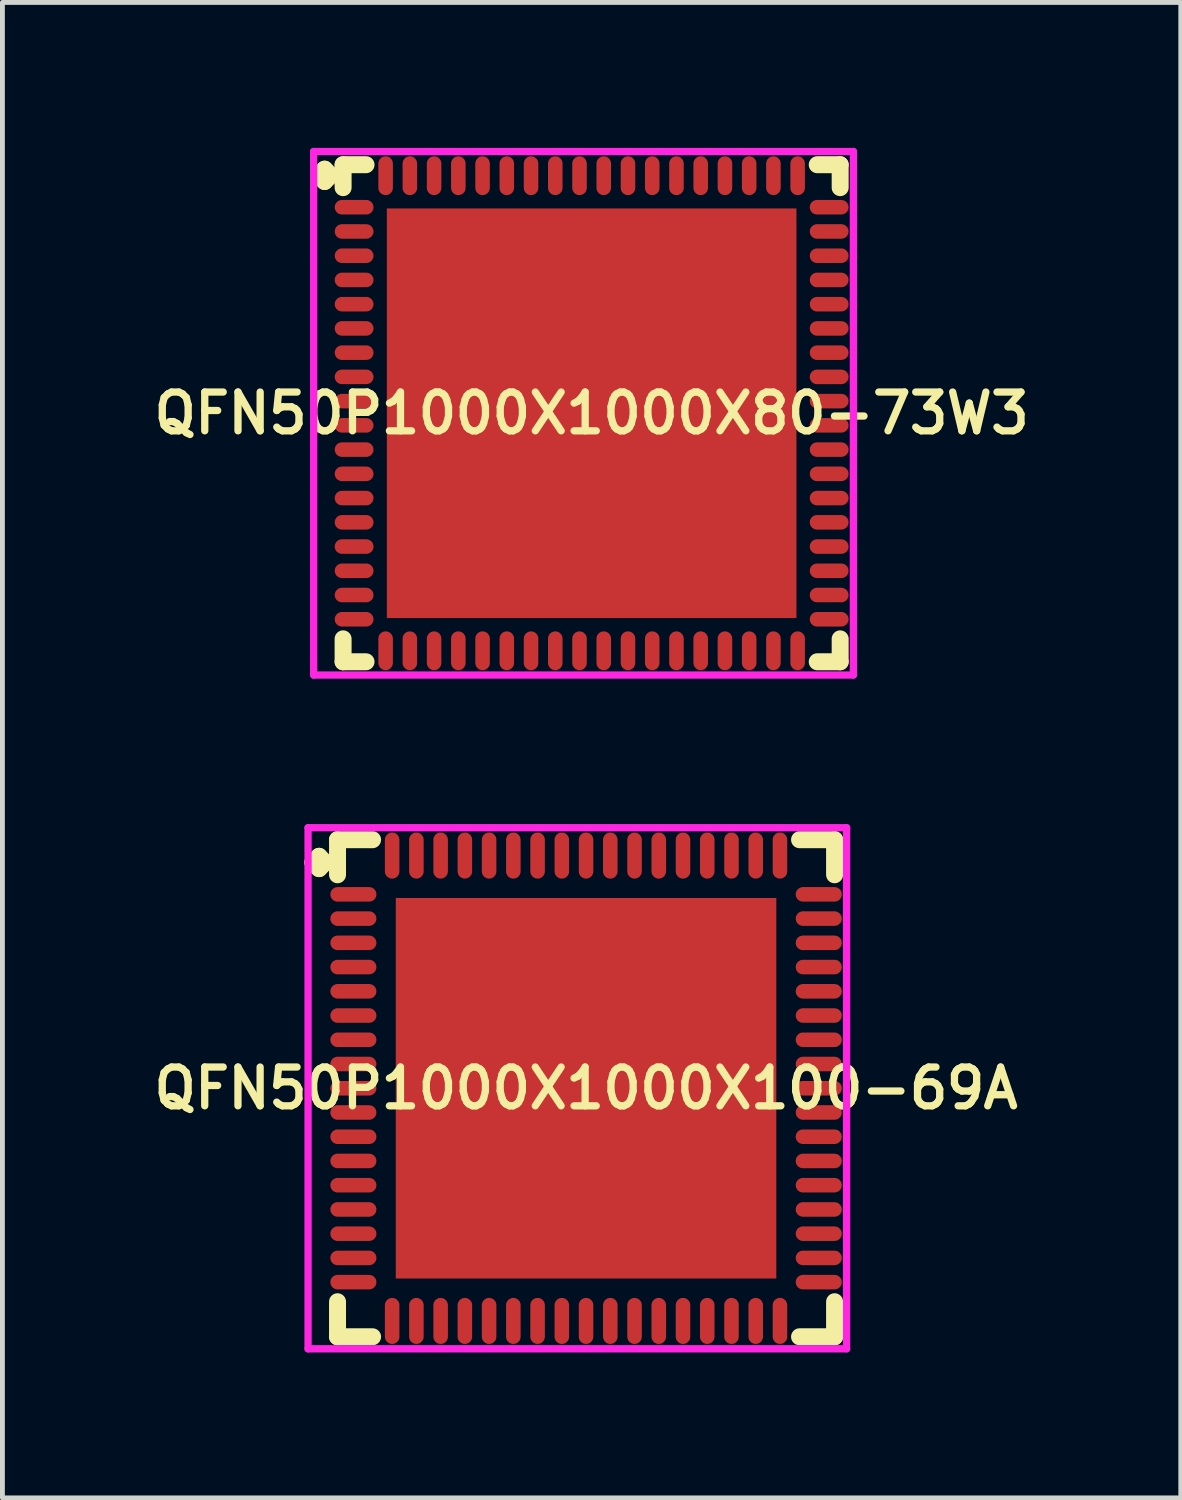
<source format=kicad_pcb>
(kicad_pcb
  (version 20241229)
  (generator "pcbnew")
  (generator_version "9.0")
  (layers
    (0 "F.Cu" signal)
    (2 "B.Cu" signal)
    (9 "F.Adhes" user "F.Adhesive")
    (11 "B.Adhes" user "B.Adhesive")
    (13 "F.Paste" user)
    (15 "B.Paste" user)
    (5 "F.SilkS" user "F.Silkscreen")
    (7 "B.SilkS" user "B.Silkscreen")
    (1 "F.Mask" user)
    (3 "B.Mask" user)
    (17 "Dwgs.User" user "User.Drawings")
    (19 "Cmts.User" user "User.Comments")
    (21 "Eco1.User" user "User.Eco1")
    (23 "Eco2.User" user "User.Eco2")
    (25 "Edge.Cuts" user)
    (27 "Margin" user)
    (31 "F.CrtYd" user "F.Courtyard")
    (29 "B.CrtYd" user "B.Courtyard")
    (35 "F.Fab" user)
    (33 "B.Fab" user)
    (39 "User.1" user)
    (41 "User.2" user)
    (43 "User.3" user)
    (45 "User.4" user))
  (footprint "QFN50P1000X1000X80-73W3"
    (layer "F.Cu")
    (at 9.155 5.475)
    (property "Reference" "QFN50P1000X1000X80-73W3" (at 0 0 0) (layer "F.SilkS") (effects (font (size 0.8 0.8) (thickness 0.15))))
    (attr smd)
    (fp_line (start -5.635 -4.908) (end -5.508 -5.035) (stroke (width 0.35) (type solid)) (layer "F.SilkS"))
    (fp_line (start -5.508 -5.035) (end -5.381 -4.908) (stroke (width 0.35) (type solid)) (layer "F.SilkS"))
    (fp_line (start -5.508 -4.781) (end -5.635 -4.908) (stroke (width 0.35) (type solid)) (layer "F.SilkS"))
    (fp_line (start -5.381 -4.908) (end -5.508 -4.781) (stroke (width 0.35) (type solid)) (layer "F.SilkS"))
    (fp_line (start -5.127 -5.127) (end -4.654 -5.127) (stroke (width 0.35) (type solid)) (layer "F.SilkS"))
    (fp_line (start -5.127 -4.654) (end -5.127 -5.127) (stroke (width 0.35) (type solid)) (layer "F.SilkS"))
    (fp_line (start -5.127 4.654) (end -5.127 5.127) (stroke (width 0.35) (type solid)) (layer "F.SilkS"))
    (fp_line (start -5.127 5.127) (end -4.654 5.127) (stroke (width 0.35) (type solid)) (layer "F.SilkS"))
    (fp_line (start 4.654 -5.127) (end 5.127 -5.127) (stroke (width 0.35) (type solid)) (layer "F.SilkS"))
    (fp_line (start 4.654 5.127) (end 5.127 5.127) (stroke (width 0.35) (type solid)) (layer "F.SilkS"))
    (fp_line (start 5.127 -5.127) (end 5.127 -4.654) (stroke (width 0.35) (type solid)) (layer "F.SilkS"))
    (fp_line (start 5.127 5.127) (end 5.127 4.654) (stroke (width 0.35) (type solid)) (layer "F.SilkS"))
    (fp_line (start -5.735 -5.4) (end 5.4 -5.4) (stroke (width 0.15) (type solid)) (layer "F.CrtYd"))
    (fp_line (start -5.735 5.4) (end -5.735 -5.4) (stroke (width 0.15) (type solid)) (layer "F.CrtYd"))
    (fp_line (start 5.4 -5.4) (end 5.4 5.4) (stroke (width 0.15) (type solid)) (layer "F.CrtYd"))
    (fp_line (start 5.4 5.4) (end -5.735 5.4) (stroke (width 0.15) (type solid)) (layer "F.CrtYd"))
    (pad "1" smd oval (at -4.9 -4.25) (size 0.8 0.3) (layers "F.Cu" "F.Mask" "F.Paste"))
    (pad "2" smd oval (at -4.9 -3.75) (size 0.8 0.3) (layers "F.Cu" "F.Mask" "F.Paste"))
    (pad "3" smd oval (at -4.9 -3.25) (size 0.8 0.3) (layers "F.Cu" "F.Mask" "F.Paste"))
    (pad "4" smd oval (at -4.9 -2.75) (size 0.8 0.3) (layers "F.Cu" "F.Mask" "F.Paste"))
    (pad "5" smd oval (at -4.9 -2.25) (size 0.8 0.3) (layers "F.Cu" "F.Mask" "F.Paste"))
    (pad "6" smd oval (at -4.9 -1.75) (size 0.8 0.3) (layers "F.Cu" "F.Mask" "F.Paste"))
    (pad "7" smd oval (at -4.9 -1.25) (size 0.8 0.3) (layers "F.Cu" "F.Mask" "F.Paste"))
    (pad "8" smd oval (at -4.9 -0.75) (size 0.8 0.3) (layers "F.Cu" "F.Mask" "F.Paste"))
    (pad "9" smd oval (at -4.9 -0.25) (size 0.8 0.3) (layers "F.Cu" "F.Mask" "F.Paste"))
    (pad "10" smd oval (at -4.9 0.25) (size 0.8 0.3) (layers "F.Cu" "F.Mask" "F.Paste"))
    (pad "11" smd oval (at -4.9 0.75) (size 0.8 0.3) (layers "F.Cu" "F.Mask" "F.Paste"))
    (pad "12" smd oval (at -4.9 1.25) (size 0.8 0.3) (layers "F.Cu" "F.Mask" "F.Paste"))
    (pad "13" smd oval (at -4.9 1.75) (size 0.8 0.3) (layers "F.Cu" "F.Mask" "F.Paste"))
    (pad "14" smd oval (at -4.9 2.25) (size 0.8 0.3) (layers "F.Cu" "F.Mask" "F.Paste"))
    (pad "15" smd oval (at -4.9 2.75) (size 0.8 0.3) (layers "F.Cu" "F.Mask" "F.Paste"))
    (pad "16" smd oval (at -4.9 3.25) (size 0.8 0.3) (layers "F.Cu" "F.Mask" "F.Paste"))
    (pad "17" smd oval (at -4.9 3.75) (size 0.8 0.3) (layers "F.Cu" "F.Mask" "F.Paste"))
    (pad "18" smd oval (at -4.9 4.25) (size 0.8 0.3) (layers "F.Cu" "F.Mask" "F.Paste"))
    (pad "19" smd oval (at -4.25 4.9) (size 0.3 0.8) (layers "F.Cu" "F.Mask" "F.Paste"))
    (pad "20" smd oval (at -3.75 4.9) (size 0.3 0.8) (layers "F.Cu" "F.Mask" "F.Paste"))
    (pad "21" smd oval (at -3.25 4.9) (size 0.3 0.8) (layers "F.Cu" "F.Mask" "F.Paste"))
    (pad "22" smd oval (at -2.75 4.9) (size 0.3 0.8) (layers "F.Cu" "F.Mask" "F.Paste"))
    (pad "23" smd oval (at -2.25 4.9) (size 0.3 0.8) (layers "F.Cu" "F.Mask" "F.Paste"))
    (pad "24" smd oval (at -1.75 4.9) (size 0.3 0.8) (layers "F.Cu" "F.Mask" "F.Paste"))
    (pad "25" smd oval (at -1.25 4.9) (size 0.3 0.8) (layers "F.Cu" "F.Mask" "F.Paste"))
    (pad "26" smd oval (at -0.75 4.9) (size 0.3 0.8) (layers "F.Cu" "F.Mask" "F.Paste"))
    (pad "27" smd oval (at -0.25 4.9) (size 0.3 0.8) (layers "F.Cu" "F.Mask" "F.Paste"))
    (pad "28" smd oval (at 0.25 4.9) (size 0.3 0.8) (layers "F.Cu" "F.Mask" "F.Paste"))
    (pad "29" smd oval (at 0.75 4.9) (size 0.3 0.8) (layers "F.Cu" "F.Mask" "F.Paste"))
    (pad "30" smd oval (at 1.25 4.9) (size 0.3 0.8) (layers "F.Cu" "F.Mask" "F.Paste"))
    (pad "31" smd oval (at 1.75 4.9) (size 0.3 0.8) (layers "F.Cu" "F.Mask" "F.Paste"))
    (pad "32" smd oval (at 2.25 4.9) (size 0.3 0.8) (layers "F.Cu" "F.Mask" "F.Paste"))
    (pad "33" smd oval (at 2.75 4.9) (size 0.3 0.8) (layers "F.Cu" "F.Mask" "F.Paste"))
    (pad "34" smd oval (at 3.25 4.9) (size 0.3 0.8) (layers "F.Cu" "F.Mask" "F.Paste"))
    (pad "35" smd oval (at 3.75 4.9) (size 0.3 0.8) (layers "F.Cu" "F.Mask" "F.Paste"))
    (pad "36" smd oval (at 4.25 4.9) (size 0.3 0.8) (layers "F.Cu" "F.Mask" "F.Paste"))
    (pad "37" smd oval (at 4.9 4.25) (size 0.8 0.3) (layers "F.Cu" "F.Mask" "F.Paste"))
    (pad "38" smd oval (at 4.9 3.75) (size 0.8 0.3) (layers "F.Cu" "F.Mask" "F.Paste"))
    (pad "39" smd oval (at 4.9 3.25) (size 0.8 0.3) (layers "F.Cu" "F.Mask" "F.Paste"))
    (pad "40" smd oval (at 4.9 2.75) (size 0.8 0.3) (layers "F.Cu" "F.Mask" "F.Paste"))
    (pad "41" smd oval (at 4.9 2.25) (size 0.8 0.3) (layers "F.Cu" "F.Mask" "F.Paste"))
    (pad "42" smd oval (at 4.9 1.75) (size 0.8 0.3) (layers "F.Cu" "F.Mask" "F.Paste"))
    (pad "43" smd oval (at 4.9 1.25) (size 0.8 0.3) (layers "F.Cu" "F.Mask" "F.Paste"))
    (pad "44" smd oval (at 4.9 0.75) (size 0.8 0.3) (layers "F.Cu" "F.Mask" "F.Paste"))
    (pad "45" smd oval (at 4.9 0.25) (size 0.8 0.3) (layers "F.Cu" "F.Mask" "F.Paste"))
    (pad "46" smd oval (at 4.9 -0.25) (size 0.8 0.3) (layers "F.Cu" "F.Mask" "F.Paste"))
    (pad "47" smd oval (at 4.9 -0.75) (size 0.8 0.3) (layers "F.Cu" "F.Mask" "F.Paste"))
    (pad "48" smd oval (at 4.9 -1.25) (size 0.8 0.3) (layers "F.Cu" "F.Mask" "F.Paste"))
    (pad "49" smd oval (at 4.9 -1.75) (size 0.8 0.3) (layers "F.Cu" "F.Mask" "F.Paste"))
    (pad "50" smd oval (at 4.9 -2.25) (size 0.8 0.3) (layers "F.Cu" "F.Mask" "F.Paste"))
    (pad "51" smd oval (at 4.9 -2.75) (size 0.8 0.3) (layers "F.Cu" "F.Mask" "F.Paste"))
    (pad "52" smd oval (at 4.9 -3.25) (size 0.8 0.3) (layers "F.Cu" "F.Mask" "F.Paste"))
    (pad "53" smd oval (at 4.9 -3.75) (size 0.8 0.3) (layers "F.Cu" "F.Mask" "F.Paste"))
    (pad "54" smd oval (at 4.9 -4.25) (size 0.8 0.3) (layers "F.Cu" "F.Mask" "F.Paste"))
    (pad "55" smd oval (at 4.25 -4.9) (size 0.3 0.8) (layers "F.Cu" "F.Mask" "F.Paste"))
    (pad "56" smd oval (at 3.75 -4.9) (size 0.3 0.8) (layers "F.Cu" "F.Mask" "F.Paste"))
    (pad "57" smd oval (at 3.25 -4.9) (size 0.3 0.8) (layers "F.Cu" "F.Mask" "F.Paste"))
    (pad "58" smd oval (at 2.75 -4.9) (size 0.3 0.8) (layers "F.Cu" "F.Mask" "F.Paste"))
    (pad "59" smd oval (at 2.25 -4.9) (size 0.3 0.8) (layers "F.Cu" "F.Mask" "F.Paste"))
    (pad "60" smd oval (at 1.75 -4.9) (size 0.3 0.8) (layers "F.Cu" "F.Mask" "F.Paste"))
    (pad "61" smd oval (at 1.25 -4.9) (size 0.3 0.8) (layers "F.Cu" "F.Mask" "F.Paste"))
    (pad "62" smd oval (at 0.75 -4.9) (size 0.3 0.8) (layers "F.Cu" "F.Mask" "F.Paste"))
    (pad "63" smd oval (at 0.25 -4.9) (size 0.3 0.8) (layers "F.Cu" "F.Mask" "F.Paste"))
    (pad "64" smd oval (at -0.25 -4.9) (size 0.3 0.8) (layers "F.Cu" "F.Mask" "F.Paste"))
    (pad "65" smd oval (at -0.75 -4.9) (size 0.3 0.8) (layers "F.Cu" "F.Mask" "F.Paste"))
    (pad "66" smd oval (at -1.25 -4.9) (size 0.3 0.8) (layers "F.Cu" "F.Mask" "F.Paste"))
    (pad "67" smd oval (at -1.75 -4.9) (size 0.3 0.8) (layers "F.Cu" "F.Mask" "F.Paste"))
    (pad "68" smd oval (at -2.25 -4.9) (size 0.3 0.8) (layers "F.Cu" "F.Mask" "F.Paste"))
    (pad "69" smd oval (at -2.75 -4.9) (size 0.3 0.8) (layers "F.Cu" "F.Mask" "F.Paste"))
    (pad "70" smd oval (at -3.25 -4.9) (size 0.3 0.8) (layers "F.Cu" "F.Mask" "F.Paste"))
    (pad "71" smd oval (at -3.75 -4.9) (size 0.3 0.8) (layers "F.Cu" "F.Mask" "F.Paste"))
    (pad "72" smd oval (at -4.25 -4.9) (size 0.3 0.8) (layers "F.Cu" "F.Mask" "F.Paste"))
    (pad "73" smd rect (at 0 0) (size 8.45 8.45) (layers "F.Cu" "F.Mask" "F.Paste")))
  (footprint "QFN50P1000X1000X100-69A"
    (layer "F.Cu")
    (at 9.04 19.4)
    (property "Reference" "QFN50P1000X1000X100-69A" (at 0 0 0) (layer "F.SilkS") (effects (font (size 0.8 0.8) (thickness 0.15))))
    (attr smd)
    (fp_line (start -5.635 -4.658) (end -5.508 -4.785) (stroke (width 0.35) (type solid)) (layer "F.SilkS"))
    (fp_line (start -5.508 -4.785) (end -5.381 -4.658) (stroke (width 0.35) (type solid)) (layer "F.SilkS"))
    (fp_line (start -5.508 -4.531) (end -5.635 -4.658) (stroke (width 0.35) (type solid)) (layer "F.SilkS"))
    (fp_line (start -5.381 -4.658) (end -5.508 -4.531) (stroke (width 0.35) (type solid)) (layer "F.SilkS"))
    (fp_line (start -5.127 -5.127) (end -4.404 -5.127) (stroke (width 0.35) (type solid)) (layer "F.SilkS"))
    (fp_line (start -5.127 -4.404) (end -5.127 -5.127) (stroke (width 0.35) (type solid)) (layer "F.SilkS"))
    (fp_line (start -5.127 4.404) (end -5.127 5.127) (stroke (width 0.35) (type solid)) (layer "F.SilkS"))
    (fp_line (start -5.127 5.127) (end -4.404 5.127) (stroke (width 0.35) (type solid)) (layer "F.SilkS"))
    (fp_line (start 4.404 -5.127) (end 5.127 -5.127) (stroke (width 0.35) (type solid)) (layer "F.SilkS"))
    (fp_line (start 4.404 5.127) (end 5.127 5.127) (stroke (width 0.35) (type solid)) (layer "F.SilkS"))
    (fp_line (start 5.127 -5.127) (end 5.127 -4.404) (stroke (width 0.35) (type solid)) (layer "F.SilkS"))
    (fp_line (start 5.127 5.127) (end 5.127 4.404) (stroke (width 0.35) (type solid)) (layer "F.SilkS"))
    (fp_line (start -5.735 -5.375) (end 5.375 -5.375) (stroke (width 0.15) (type solid)) (layer "F.CrtYd"))
    (fp_line (start -5.735 5.375) (end -5.735 -5.375) (stroke (width 0.15) (type solid)) (layer "F.CrtYd"))
    (fp_line (start 5.375 -5.375) (end 5.375 5.375) (stroke (width 0.15) (type solid)) (layer "F.CrtYd"))
    (fp_line (start 5.375 5.375) (end -5.735 5.375) (stroke (width 0.15) (type solid)) (layer "F.CrtYd"))
    (pad "1" smd oval (at -4.8 -4) (size 0.95 0.3) (layers "F.Cu" "F.Mask" "F.Paste"))
    (pad "2" smd oval (at -4.8 -3.5) (size 0.95 0.3) (layers "F.Cu" "F.Mask" "F.Paste"))
    (pad "3" smd oval (at -4.8 -3) (size 0.95 0.3) (layers "F.Cu" "F.Mask" "F.Paste"))
    (pad "4" smd oval (at -4.8 -2.5) (size 0.95 0.3) (layers "F.Cu" "F.Mask" "F.Paste"))
    (pad "5" smd oval (at -4.8 -2) (size 0.95 0.3) (layers "F.Cu" "F.Mask" "F.Paste"))
    (pad "6" smd oval (at -4.8 -1.5) (size 0.95 0.3) (layers "F.Cu" "F.Mask" "F.Paste"))
    (pad "7" smd oval (at -4.8 -1) (size 0.95 0.3) (layers "F.Cu" "F.Mask" "F.Paste"))
    (pad "8" smd oval (at -4.8 -0.5) (size 0.95 0.3) (layers "F.Cu" "F.Mask" "F.Paste"))
    (pad "9" smd oval (at -4.8 0) (size 0.95 0.3) (layers "F.Cu" "F.Mask" "F.Paste"))
    (pad "10" smd oval (at -4.8 0.5) (size 0.95 0.3) (layers "F.Cu" "F.Mask" "F.Paste"))
    (pad "11" smd oval (at -4.8 1) (size 0.95 0.3) (layers "F.Cu" "F.Mask" "F.Paste"))
    (pad "12" smd oval (at -4.8 1.5) (size 0.95 0.3) (layers "F.Cu" "F.Mask" "F.Paste"))
    (pad "13" smd oval (at -4.8 2) (size 0.95 0.3) (layers "F.Cu" "F.Mask" "F.Paste"))
    (pad "14" smd oval (at -4.8 2.5) (size 0.95 0.3) (layers "F.Cu" "F.Mask" "F.Paste"))
    (pad "15" smd oval (at -4.8 3) (size 0.95 0.3) (layers "F.Cu" "F.Mask" "F.Paste"))
    (pad "16" smd oval (at -4.8 3.5) (size 0.95 0.3) (layers "F.Cu" "F.Mask" "F.Paste"))
    (pad "17" smd oval (at -4.8 4) (size 0.95 0.3) (layers "F.Cu" "F.Mask" "F.Paste"))
    (pad "18" smd oval (at -4 4.8) (size 0.3 0.95) (layers "F.Cu" "F.Mask" "F.Paste"))
    (pad "19" smd oval (at -3.5 4.8) (size 0.3 0.95) (layers "F.Cu" "F.Mask" "F.Paste"))
    (pad "20" smd oval (at -3 4.8) (size 0.3 0.95) (layers "F.Cu" "F.Mask" "F.Paste"))
    (pad "21" smd oval (at -2.5 4.8) (size 0.3 0.95) (layers "F.Cu" "F.Mask" "F.Paste"))
    (pad "22" smd oval (at -2 4.8) (size 0.3 0.95) (layers "F.Cu" "F.Mask" "F.Paste"))
    (pad "23" smd oval (at -1.5 4.8) (size 0.3 0.95) (layers "F.Cu" "F.Mask" "F.Paste"))
    (pad "24" smd oval (at -1 4.8) (size 0.3 0.95) (layers "F.Cu" "F.Mask" "F.Paste"))
    (pad "25" smd oval (at -0.5 4.8) (size 0.3 0.95) (layers "F.Cu" "F.Mask" "F.Paste"))
    (pad "26" smd oval (at 0 4.8) (size 0.3 0.95) (layers "F.Cu" "F.Mask" "F.Paste"))
    (pad "27" smd oval (at 0.5 4.8) (size 0.3 0.95) (layers "F.Cu" "F.Mask" "F.Paste"))
    (pad "28" smd oval (at 1 4.8) (size 0.3 0.95) (layers "F.Cu" "F.Mask" "F.Paste"))
    (pad "29" smd oval (at 1.5 4.8) (size 0.3 0.95) (layers "F.Cu" "F.Mask" "F.Paste"))
    (pad "30" smd oval (at 2 4.8) (size 0.3 0.95) (layers "F.Cu" "F.Mask" "F.Paste"))
    (pad "31" smd oval (at 2.5 4.8) (size 0.3 0.95) (layers "F.Cu" "F.Mask" "F.Paste"))
    (pad "32" smd oval (at 3 4.8) (size 0.3 0.95) (layers "F.Cu" "F.Mask" "F.Paste"))
    (pad "33" smd oval (at 3.5 4.8) (size 0.3 0.95) (layers "F.Cu" "F.Mask" "F.Paste"))
    (pad "34" smd oval (at 4 4.8) (size 0.3 0.95) (layers "F.Cu" "F.Mask" "F.Paste"))
    (pad "35" smd oval (at 4.8 4) (size 0.95 0.3) (layers "F.Cu" "F.Mask" "F.Paste"))
    (pad "36" smd oval (at 4.8 3.5) (size 0.95 0.3) (layers "F.Cu" "F.Mask" "F.Paste"))
    (pad "37" smd oval (at 4.8 3) (size 0.95 0.3) (layers "F.Cu" "F.Mask" "F.Paste"))
    (pad "38" smd oval (at 4.8 2.5) (size 0.95 0.3) (layers "F.Cu" "F.Mask" "F.Paste"))
    (pad "39" smd oval (at 4.8 2) (size 0.95 0.3) (layers "F.Cu" "F.Mask" "F.Paste"))
    (pad "40" smd oval (at 4.8 1.5) (size 0.95 0.3) (layers "F.Cu" "F.Mask" "F.Paste"))
    (pad "41" smd oval (at 4.8 1) (size 0.95 0.3) (layers "F.Cu" "F.Mask" "F.Paste"))
    (pad "42" smd oval (at 4.8 0.5) (size 0.95 0.3) (layers "F.Cu" "F.Mask" "F.Paste"))
    (pad "43" smd oval (at 4.8 0) (size 0.95 0.3) (layers "F.Cu" "F.Mask" "F.Paste"))
    (pad "44" smd oval (at 4.8 -0.5) (size 0.95 0.3) (layers "F.Cu" "F.Mask" "F.Paste"))
    (pad "45" smd oval (at 4.8 -1) (size 0.95 0.3) (layers "F.Cu" "F.Mask" "F.Paste"))
    (pad "46" smd oval (at 4.8 -1.5) (size 0.95 0.3) (layers "F.Cu" "F.Mask" "F.Paste"))
    (pad "47" smd oval (at 4.8 -2) (size 0.95 0.3) (layers "F.Cu" "F.Mask" "F.Paste"))
    (pad "48" smd oval (at 4.8 -2.5) (size 0.95 0.3) (layers "F.Cu" "F.Mask" "F.Paste"))
    (pad "49" smd oval (at 4.8 -3) (size 0.95 0.3) (layers "F.Cu" "F.Mask" "F.Paste"))
    (pad "50" smd oval (at 4.8 -3.5) (size 0.95 0.3) (layers "F.Cu" "F.Mask" "F.Paste"))
    (pad "51" smd oval (at 4.8 -4) (size 0.95 0.3) (layers "F.Cu" "F.Mask" "F.Paste"))
    (pad "52" smd oval (at 4 -4.8) (size 0.3 0.95) (layers "F.Cu" "F.Mask" "F.Paste"))
    (pad "53" smd oval (at 3.5 -4.8) (size 0.3 0.95) (layers "F.Cu" "F.Mask" "F.Paste"))
    (pad "54" smd oval (at 3 -4.8) (size 0.3 0.95) (layers "F.Cu" "F.Mask" "F.Paste"))
    (pad "55" smd oval (at 2.5 -4.8) (size 0.3 0.95) (layers "F.Cu" "F.Mask" "F.Paste"))
    (pad "56" smd oval (at 2 -4.8) (size 0.3 0.95) (layers "F.Cu" "F.Mask" "F.Paste"))
    (pad "57" smd oval (at 1.5 -4.8) (size 0.3 0.95) (layers "F.Cu" "F.Mask" "F.Paste"))
    (pad "58" smd oval (at 1 -4.8) (size 0.3 0.95) (layers "F.Cu" "F.Mask" "F.Paste"))
    (pad "59" smd oval (at 0.5 -4.8) (size 0.3 0.95) (layers "F.Cu" "F.Mask" "F.Paste"))
    (pad "60" smd oval (at 0 -4.8) (size 0.3 0.95) (layers "F.Cu" "F.Mask" "F.Paste"))
    (pad "61" smd oval (at -0.5 -4.8) (size 0.3 0.95) (layers "F.Cu" "F.Mask" "F.Paste"))
    (pad "62" smd oval (at -1 -4.8) (size 0.3 0.95) (layers "F.Cu" "F.Mask" "F.Paste"))
    (pad "63" smd oval (at -1.5 -4.8) (size 0.3 0.95) (layers "F.Cu" "F.Mask" "F.Paste"))
    (pad "64" smd oval (at -2 -4.8) (size 0.3 0.95) (layers "F.Cu" "F.Mask" "F.Paste"))
    (pad "65" smd oval (at -2.5 -4.8) (size 0.3 0.95) (layers "F.Cu" "F.Mask" "F.Paste"))
    (pad "66" smd oval (at -3 -4.8) (size 0.3 0.95) (layers "F.Cu" "F.Mask" "F.Paste"))
    (pad "67" smd oval (at -3.5 -4.8) (size 0.3 0.95) (layers "F.Cu" "F.Mask" "F.Paste"))
    (pad "68" smd oval (at -4 -4.8) (size 0.3 0.95) (layers "F.Cu" "F.Mask" "F.Paste"))
    (pad "69" smd rect (at 0 0) (size 7.85 7.85) (layers "F.Cu" "F.Mask" "F.Paste")))
  (gr_rect
    (start -3 -3)
    (end 21.309 27.85)
    (stroke (width 0.1) (type default))
    (fill no)
    (layer "Edge.Cuts")))
</source>
